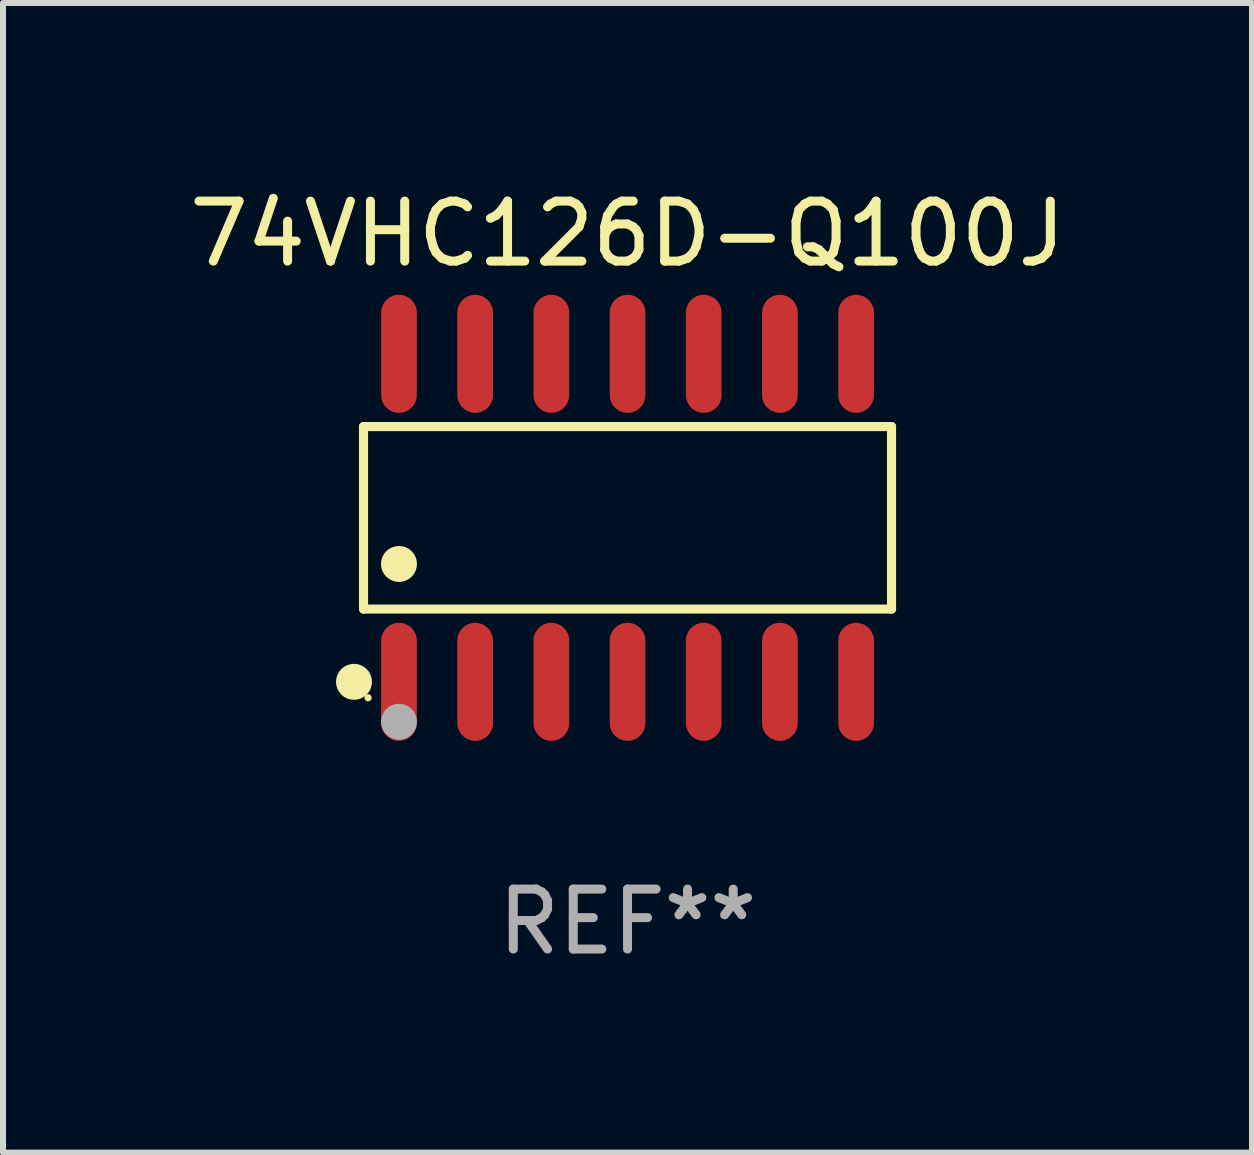
<source format=kicad_pcb>
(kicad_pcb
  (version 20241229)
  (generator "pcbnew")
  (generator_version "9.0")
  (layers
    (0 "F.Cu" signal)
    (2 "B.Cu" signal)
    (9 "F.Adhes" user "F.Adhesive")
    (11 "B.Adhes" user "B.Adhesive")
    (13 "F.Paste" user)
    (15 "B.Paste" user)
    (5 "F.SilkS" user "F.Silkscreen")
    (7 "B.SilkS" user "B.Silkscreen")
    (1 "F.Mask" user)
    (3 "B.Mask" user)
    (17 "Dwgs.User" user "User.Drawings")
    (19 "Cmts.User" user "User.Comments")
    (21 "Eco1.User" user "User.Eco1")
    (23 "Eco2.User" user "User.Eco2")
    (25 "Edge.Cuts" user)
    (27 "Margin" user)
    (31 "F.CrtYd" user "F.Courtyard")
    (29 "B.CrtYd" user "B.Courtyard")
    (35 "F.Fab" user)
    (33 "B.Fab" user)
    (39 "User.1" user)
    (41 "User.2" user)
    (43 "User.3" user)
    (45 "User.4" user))
  (footprint "74VHC126D-Q100J"
    (layer "F.Cu")
    (at 7.411 5.582)
    (property "Reference" "74VHC126D-Q100J" (at 0 -4.734 0) (layer "F.SilkS") (effects (font (size 1 1) (thickness 0.15))))
    (attr through_hole)
    (fp_line (start -4.401 -1.521) (end 4.401 -1.521) (stroke (width 0.152) (type solid)) (layer "F.SilkS"))
    (fp_line (start -4.401 1.521) (end -4.401 -1.521) (stroke (width 0.152) (type solid)) (layer "F.SilkS"))
    (fp_line (start 4.401 -1.521) (end 4.401 1.521) (stroke (width 0.152) (type solid)) (layer "F.SilkS"))
    (fp_line (start 4.401 1.521) (end -4.401 1.521) (stroke (width 0.152) (type solid)) (layer "F.SilkS"))
    (fp_circle (center -4.56 2.734) (end -4.41 2.734) (stroke (width 0.3) (type solid)) (fill no) (layer "F.SilkS"))
    (fp_circle (center -4.325 3) (end -4.295 3) (stroke (width 0.06) (type solid)) (fill no) (layer "F.SilkS"))
    (fp_circle (center -3.81 0.769) (end -3.66 0.769) (stroke (width 0.3) (type solid)) (fill no) (layer "F.SilkS"))
    (fp_circle (center -3.81 3.4) (end -3.66 3.4) (stroke (width 0.3) (type solid)) (fill no) (layer "F.Fab"))
    (fp_text user "REF**" (at 0 6.734 0) (layer "F.Fab") (effects (font (size 1 1) (thickness 0.15))))
    (pad "1" smd oval (at -3.81 2.734) (size 0.595 1.968) (layers "F.Cu" "F.Mask" "F.Paste"))
    (pad "2" smd oval (at -2.54 2.734) (size 0.595 1.968) (layers "F.Cu" "F.Mask" "F.Paste"))
    (pad "3" smd oval (at -1.27 2.734) (size 0.595 1.968) (layers "F.Cu" "F.Mask" "F.Paste"))
    (pad "4" smd oval (at 0 2.734) (size 0.595 1.968) (layers "F.Cu" "F.Mask" "F.Paste"))
    (pad "5" smd oval (at 1.27 2.734) (size 0.595 1.968) (layers "F.Cu" "F.Mask" "F.Paste"))
    (pad "6" smd oval (at 2.54 2.734) (size 0.595 1.968) (layers "F.Cu" "F.Mask" "F.Paste"))
    (pad "7" smd oval (at 3.81 2.734) (size 0.595 1.968) (layers "F.Cu" "F.Mask" "F.Paste"))
    (pad "8" smd oval (at 3.81 -2.734) (size 0.595 1.968) (layers "F.Cu" "F.Mask" "F.Paste"))
    (pad "9" smd oval (at 2.54 -2.734) (size 0.595 1.968) (layers "F.Cu" "F.Mask" "F.Paste"))
    (pad "10" smd oval (at 1.27 -2.734) (size 0.595 1.968) (layers "F.Cu" "F.Mask" "F.Paste"))
    (pad "11" smd oval (at 0 -2.734) (size 0.595 1.968) (layers "F.Cu" "F.Mask" "F.Paste"))
    (pad "12" smd oval (at -1.27 -2.734) (size 0.595 1.968) (layers "F.Cu" "F.Mask" "F.Paste"))
    (pad "13" smd oval (at -2.54 -2.734) (size 0.595 1.968) (layers "F.Cu" "F.Mask" "F.Paste"))
    (pad "14" smd oval (at -3.81 -2.734) (size 0.595 1.968) (layers "F.Cu" "F.Mask" "F.Paste")))
  (gr_rect
    (start -3 -3)
    (end 17.821 16.164)
    (stroke (width 0.1) (type default))
    (fill no)
    (layer "Edge.Cuts")))
</source>
